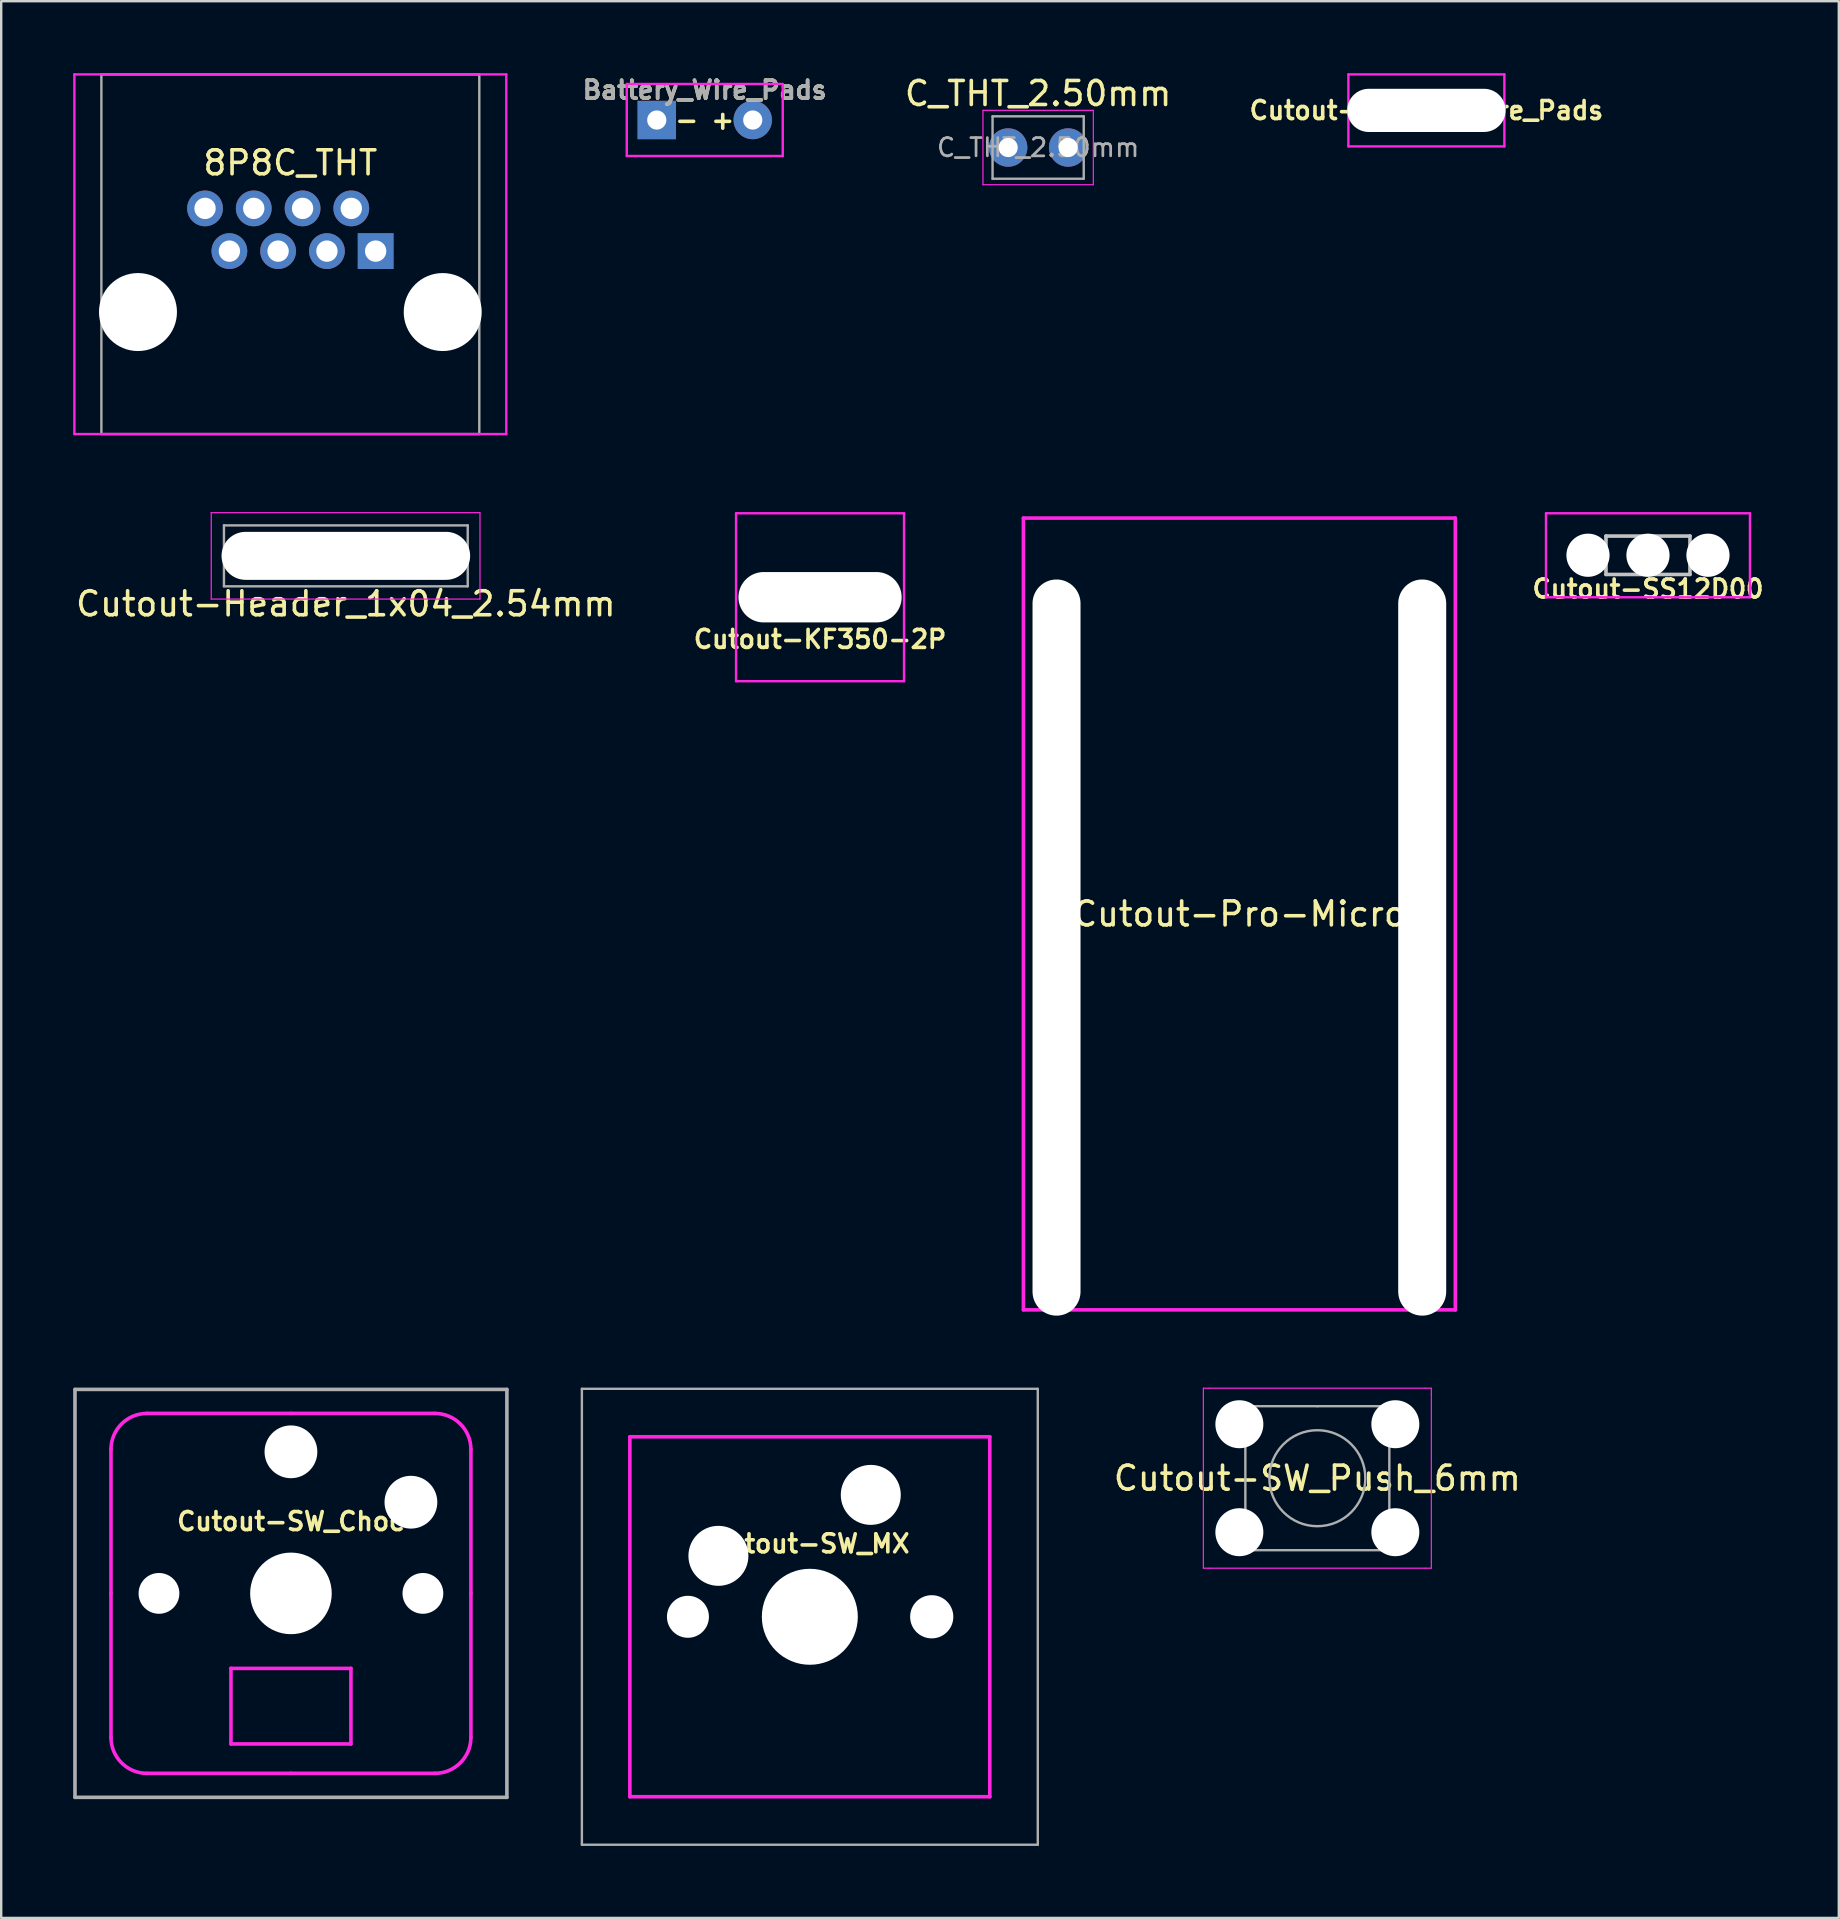
<source format=kicad_pcb>
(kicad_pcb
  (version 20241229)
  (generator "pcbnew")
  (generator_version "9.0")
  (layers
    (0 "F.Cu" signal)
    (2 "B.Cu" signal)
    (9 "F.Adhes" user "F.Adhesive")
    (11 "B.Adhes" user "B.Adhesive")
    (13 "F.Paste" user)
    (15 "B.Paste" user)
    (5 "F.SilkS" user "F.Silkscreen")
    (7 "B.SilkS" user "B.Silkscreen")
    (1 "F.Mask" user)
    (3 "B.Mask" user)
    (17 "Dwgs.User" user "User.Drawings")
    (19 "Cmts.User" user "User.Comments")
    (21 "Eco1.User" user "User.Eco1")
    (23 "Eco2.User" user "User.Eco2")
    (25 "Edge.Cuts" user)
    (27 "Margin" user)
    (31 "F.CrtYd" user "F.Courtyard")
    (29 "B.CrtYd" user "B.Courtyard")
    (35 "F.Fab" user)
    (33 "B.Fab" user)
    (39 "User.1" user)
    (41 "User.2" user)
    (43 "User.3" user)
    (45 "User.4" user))
  (footprint "Cutout-SW_MX"
    (layer "F.Cu")
    (at 30.7 64.33)
    (property "Reference" "Cutout-SW_MX" (at 0 -3.048 0) (layer "F.SilkS") (effects (font (size 0.75 0.75) (thickness 0.15))))
    (attr through_hole)
    (fp_line (start -0.5 4.7) (end 0 4.7) (stroke (width 0.15) (type solid)) (layer "Eco2.User"))
    (fp_line (start 0 4.2) (end 0 4.7) (stroke (width 0.15) (type solid)) (layer "Eco2.User"))
    (fp_line (start 0 4.7) (end 0 5.2) (stroke (width 0.15) (type solid)) (layer "Eco2.User"))
    (fp_line (start 0 4.7) (end 0.5 4.7) (stroke (width 0.15) (type solid)) (layer "Eco2.User"))
    (fp_line (start -7.5 -7.5) (end 7.5 -7.5) (stroke (width 0.15) (type solid)) (layer "F.CrtYd"))
    (fp_line (start -7.5 7.5) (end -7.5 -7.5) (stroke (width 0.15) (type solid)) (layer "F.CrtYd"))
    (fp_line (start 7.5 -7.5) (end 7.5 7.5) (stroke (width 0.15) (type solid)) (layer "F.CrtYd"))
    (fp_line (start 7.5 7.5) (end -7.5 7.5) (stroke (width 0.15) (type solid)) (layer "F.CrtYd"))
    (fp_line (start -9.5 -9.5) (end 9.5 -9.5) (stroke (width 0.1) (type solid)) (layer "F.Fab"))
    (fp_line (start -9.5 9.5) (end -9.5 -9.5) (stroke (width 0.1) (type solid)) (layer "F.Fab"))
    (fp_line (start -9.5 9.5) (end 9.5 9.5) (stroke (width 0.1) (type solid)) (layer "F.Fab"))
    (fp_line (start 9.5 9.5) (end 9.5 -9.5) (stroke (width 0.1) (type solid)) (layer "F.Fab"))
    (pad "" np_thru_hole circle (at -5.08 0) (size 1.75 1.75) (drill 1.75) (layers "*.Cu" "*.Mask"))
    (pad "" np_thru_hole circle (at -3.81 -2.54) (size 2.5 2.5) (drill 2.5) (layers "*.Cu" "*.Mask"))
    (pad "" np_thru_hole circle (at 0 0) (size 4 4) (drill 4) (layers "*.Cu" "*.Mask"))
    (pad "" np_thru_hole circle (at 2.54 -5.08) (size 2.5 2.5) (drill 2.5) (layers "*.Cu" "*.Mask"))
    (pad "" np_thru_hole circle (at 5.08 0) (size 1.8 1.8) (drill 1.8) (layers "*.Cu" "*.Mask")))
  (footprint "Cutout-KF350-2P"
    (layer "F.Cu")
    (at 31.126 21.84)
    (property "Reference" "Cutout-KF350-2P" (at 0 1.75 0) (layer "F.SilkS") (effects (font (size 0.75 0.75) (thickness 0.15))))
    (attr through_hole)
    (fp_line (start -3.5 -3.5) (end 3.5 -3.5) (stroke (width 0.1) (type solid)) (layer "F.CrtYd"))
    (fp_line (start -3.5 3.5) (end -3.5 -3.5) (stroke (width 0.1) (type solid)) (layer "F.CrtYd"))
    (fp_line (start 3.5 -3.5) (end 3.5 3.5) (stroke (width 0.1) (type solid)) (layer "F.CrtYd"))
    (fp_line (start 3.5 3.5) (end -3.5 3.5) (stroke (width 0.1) (type solid)) (layer "F.CrtYd"))
    (pad "" np_thru_hole oval (at 0 0) (size 6.8 2.1) (drill oval 6.8 2.1) (layers "*.Cu" "*.Mask")))
  (footprint "Cutout-SW_Push_6mm"
    (layer "F.Cu")
    (at 51.851 58.555)
    (property "Reference" "Cutout-SW_Push_6mm" (at 0 0 0) (layer "F.SilkS") (effects (font (size 1 1) (thickness 0.15))))
    (attr through_hole)
    (fp_line (start -4.75 -3.75) (end -4.5 -3.75) (stroke (width 0.05) (type solid)) (layer "F.CrtYd"))
    (fp_line (start -4.75 -3.5) (end -4.75 -3.75) (stroke (width 0.05) (type solid)) (layer "F.CrtYd"))
    (fp_line (start -4.75 3.5) (end -4.75 -3.5) (stroke (width 0.05) (type solid)) (layer "F.CrtYd"))
    (fp_line (start -4.75 3.5) (end -4.75 3.75) (stroke (width 0.05) (type solid)) (layer "F.CrtYd"))
    (fp_line (start -4.75 3.75) (end -4.5 3.75) (stroke (width 0.05) (type solid)) (layer "F.CrtYd"))
    (fp_line (start -4.5 -3.75) (end 4.5 -3.75) (stroke (width 0.05) (type solid)) (layer "F.CrtYd"))
    (fp_line (start 4.5 -3.75) (end 4.75 -3.75) (stroke (width 0.05) (type solid)) (layer "F.CrtYd"))
    (fp_line (start 4.5 3.75) (end -4.5 3.75) (stroke (width 0.05) (type solid)) (layer "F.CrtYd"))
    (fp_line (start 4.5 3.75) (end 4.75 3.75) (stroke (width 0.05) (type solid)) (layer "F.CrtYd"))
    (fp_line (start 4.75 -3.75) (end 4.75 -3.5) (stroke (width 0.05) (type solid)) (layer "F.CrtYd"))
    (fp_line (start 4.75 -3.5) (end 4.75 3.5) (stroke (width 0.05) (type solid)) (layer "F.CrtYd"))
    (fp_line (start 4.75 3.75) (end 4.75 3.5) (stroke (width 0.05) (type solid)) (layer "F.CrtYd"))
    (fp_line (start -3 -3) (end 0 -3) (stroke (width 0.1) (type solid)) (layer "F.Fab"))
    (fp_line (start -3 3) (end -3 -3) (stroke (width 0.1) (type solid)) (layer "F.Fab"))
    (fp_line (start 0 -3) (end 3 -3) (stroke (width 0.1) (type solid)) (layer "F.Fab"))
    (fp_line (start 3 -3) (end 3 3) (stroke (width 0.1) (type solid)) (layer "F.Fab"))
    (fp_line (start 3 3) (end -3 3) (stroke (width 0.1) (type solid)) (layer "F.Fab"))
    (fp_circle (center 0 0) (end 2 0) (stroke (width 0.1) (type solid)) (fill no) (layer "F.Fab"))
    (pad "" np_thru_hole circle (at -3.25 -2.25) (size 2 2) (drill 2) (layers "*.Cu" "*.Mask"))
    (pad "" np_thru_hole circle (at -3.25 2.25) (size 2 2) (drill 2) (layers "*.Cu" "*.Mask"))
    (pad "" np_thru_hole circle (at 3.25 -2.25) (size 2 2) (drill 2) (layers "*.Cu" "*.Mask"))
    (pad "" np_thru_hole circle (at 3.25 2.25) (size 2 2) (drill 2) (layers "*.Cu" "*.Mask")))
  (footprint "Cutout-Header_1x04_2.54mm"
    (layer "F.Cu")
    (at 11.363 20.115)
    (property "Reference" "Cutout-Header_1x04_2.54mm" (at 0 2 0) (layer "F.SilkS") (effects (font (size 1 1) (thickness 0.15))))
    (attr through_hole)
    (fp_line (start -5.61 -1.8) (end -5.61 1.8) (stroke (width 0.05) (type solid)) (layer "F.CrtYd"))
    (fp_line (start -5.61 1.8) (end 5.59 1.8) (stroke (width 0.05) (type solid)) (layer "F.CrtYd"))
    (fp_line (start 5.59 -1.8) (end -5.61 -1.8) (stroke (width 0.05) (type solid)) (layer "F.CrtYd"))
    (fp_line (start 5.59 1.8) (end 5.59 -1.8) (stroke (width 0.05) (type solid)) (layer "F.CrtYd"))
    (fp_line (start -5.08 -1.27) (end 5.08 -1.27) (stroke (width 0.1) (type solid)) (layer "F.Fab"))
    (fp_line (start -5.08 1.27) (end -5.08 -1.27) (stroke (width 0.1) (type solid)) (layer "F.Fab"))
    (fp_line (start 5.08 -1.27) (end 5.08 1.27) (stroke (width 0.1) (type solid)) (layer "F.Fab"))
    (fp_line (start 5.08 1.27) (end -5.08 1.27) (stroke (width 0.1) (type solid)) (layer "F.Fab"))
    (pad "" np_thru_hole oval (at 0 0) (size 10.36 2) (drill oval 10.36 2) (layers "*.Cu" "*.Mask")))
  (footprint "8P8C_THT"
    (layer "F.Cu")
    (at 9.05 15.04)
    (property "Reference" "8P8C_THT" (at 0 -11.303 0) (layer "F.SilkS") (effects (font (size 1 1) (thickness 0.15))))
    (attr through_hole)
    (fp_line (start -9 -14.99) (end -9 0) (stroke (width 0.1) (type solid)) (layer "F.CrtYd"))
    (fp_line (start -9 -14.99) (end 9 -14.99) (stroke (width 0.1) (type solid)) (layer "F.CrtYd"))
    (fp_line (start -9 0) (end 9 0) (stroke (width 0.1) (type solid)) (layer "F.CrtYd"))
    (fp_line (start 9 -14.99) (end 9 0) (stroke (width 0.1) (type solid)) (layer "F.CrtYd"))
    (fp_line (start -7.875 -14.99) (end -7.875 -0.004) (stroke (width 0.1) (type solid)) (layer "F.Fab"))
    (fp_line (start -7.875 0) (end 7.875 0) (stroke (width 0.1) (type solid)) (layer "F.Fab"))
    (fp_line (start 7.875 -14.99) (end -7.875 -14.99) (stroke (width 0.1) (type solid)) (layer "F.Fab"))
    (fp_line (start 7.875 -0.004) (end 7.875 -14.99) (stroke (width 0.1) (type solid)) (layer "F.Fab"))
    (pad "" np_thru_hole circle (at -6.35 -5.085) (size 3.25 3.25) (drill 3.25) (layers "*.Cu" "*.Mask"))
    (pad "" np_thru_hole circle (at 6.35 -5.085) (size 3.25 3.25) (drill 3.25) (layers "*.Cu" "*.Mask"))
    (pad "1" thru_hole rect (at 3.555 -7.625) (size 1.49 1.49) (drill 0.89) (layers "*.Cu" "*.Mask"))
    (pad "2" thru_hole circle (at 2.54 -9.405) (size 1.49 1.49) (drill 0.89) (layers "*.Cu" "*.Mask"))
    (pad "3" thru_hole circle (at 1.525 -7.625) (size 1.49 1.49) (drill 0.89) (layers "*.Cu" "*.Mask"))
    (pad "4" thru_hole circle (at 0.51 -9.405) (size 1.49 1.49) (drill 0.89) (layers "*.Cu" "*.Mask"))
    (pad "5" thru_hole circle (at -0.51 -7.625) (size 1.49 1.49) (drill 0.89) (layers "*.Cu" "*.Mask"))
    (pad "6" thru_hole circle (at -1.525 -9.405) (size 1.49 1.49) (drill 0.89) (layers "*.Cu" "*.Mask"))
    (pad "7" thru_hole circle (at -2.54 -7.625) (size 1.49 1.49) (drill 0.89) (layers "*.Cu" "*.Mask"))
    (pad "8" thru_hole circle (at -3.555 -9.405) (size 1.49 1.49) (drill 0.89) (layers "*.Cu" "*.Mask")))
  (footprint "C_THT_2.50mm"
    (layer "F.Cu")
    (at 40.215 3.098)
    (property "Reference" "C_THT_2.50mm" (at 0 -2.25 180) (layer "F.SilkS") (effects (font (size 1 1) (thickness 0.15))))
    (attr through_hole)
    (fp_line (start -2.3 -1.55) (end -2.3 1.55) (stroke (width 0.05) (type solid)) (layer "F.CrtYd"))
    (fp_line (start -2.3 1.55) (end 2.3 1.55) (stroke (width 0.05) (type solid)) (layer "F.CrtYd"))
    (fp_line (start 2.3 -1.55) (end -2.3 -1.55) (stroke (width 0.05) (type solid)) (layer "F.CrtYd"))
    (fp_line (start 2.3 1.55) (end 2.3 -1.55) (stroke (width 0.05) (type solid)) (layer "F.CrtYd"))
    (fp_line (start -1.9 -1.3) (end -1.9 1.3) (stroke (width 0.1) (type solid)) (layer "F.Fab"))
    (fp_line (start -1.9 1.3) (end 1.9 1.3) (stroke (width 0.1) (type solid)) (layer "F.Fab"))
    (fp_line (start 1.9 -1.3) (end -1.9 -1.3) (stroke (width 0.1) (type solid)) (layer "F.Fab"))
    (fp_line (start 1.9 1.3) (end 1.9 -1.3) (stroke (width 0.1) (type solid)) (layer "F.Fab"))
    (fp_text user "${REFERENCE}" (at 0 0 0) (layer "F.Fab") (effects (font (size 0.76 0.76) (thickness 0.114))))
    (pad "1" thru_hole circle (at -1.25 0) (size 1.6 1.6) (drill 0.8) (layers "*.Cu" "*.Mask"))
    (pad "2" thru_hole circle (at 1.25 0) (size 1.6 1.6) (drill 0.8) (layers "*.Cu" "*.Mask")))
  (footprint "Cutout-Pro-Micro"
    (layer "F.Cu")
    (at 48.601 18.54)
    (property "Reference" "Cutout-Pro-Micro" (at 0 16.5 0) (layer "F.SilkS") (effects (font (size 1 1) (thickness 0.15))))
    (attr through_hole)
    (fp_line (start -9 0) (end -9 33) (stroke (width 0.15) (type solid)) (layer "F.CrtYd"))
    (fp_line (start -9 0) (end 9 0) (stroke (width 0.15) (type solid)) (layer "F.CrtYd"))
    (fp_line (start -9 33) (end 9 33) (stroke (width 0.15) (type solid)) (layer "F.CrtYd"))
    (fp_line (start 9 0) (end 9 33) (stroke (width 0.15) (type solid)) (layer "F.CrtYd"))
    (pad "" np_thru_hole oval (at -7.62 17.9) (size 2 30.68) (drill oval 2 30.68) (layers "*.Cu" "*.Mask"))
    (pad "" np_thru_hole oval (at 7.62 17.9) (size 2 30.68) (drill oval 2 30.68) (layers "*.Cu" "*.Mask")))
  (footprint "Cutout-SW_Choc"
    (layer "F.Cu")
    (at 9.075 63.355)
    (property "Reference" "Cutout-SW_Choc" (at 0 -3 0) (layer "F.SilkS") (effects (font (size 0.75 0.75) (thickness 0.15))))
    (attr through_hole)
    (fp_line (start -0.5 4.7) (end 0 4.7) (stroke (width 0.15) (type solid)) (layer "Eco2.User"))
    (fp_line (start 0 4.2) (end 0 4.7) (stroke (width 0.15) (type solid)) (layer "Eco2.User"))
    (fp_line (start 0 4.7) (end 0 5.2) (stroke (width 0.15) (type solid)) (layer "Eco2.User"))
    (fp_line (start 0 4.7) (end 0.5 4.7) (stroke (width 0.15) (type solid)) (layer "Eco2.User"))
    (fp_line (start -7.5 0) (end -7.5 -6) (stroke (width 0.15) (type solid)) (layer "F.CrtYd"))
    (fp_line (start -7.5 0) (end -7.5 6) (stroke (width 0.15) (type solid)) (layer "F.CrtYd"))
    (fp_line (start -2.5 3.125) (end -2.5 6.275) (stroke (width 0.15) (type solid)) (layer "F.CrtYd"))
    (fp_line (start -2.5 3.125) (end 2.5 3.125) (stroke (width 0.15) (type solid)) (layer "F.CrtYd"))
    (fp_line (start 0 -7.5) (end -6 -7.5) (stroke (width 0.15) (type solid)) (layer "F.CrtYd"))
    (fp_line (start 0 -7.5) (end 6 -7.5) (stroke (width 0.15) (type solid)) (layer "F.CrtYd"))
    (fp_line (start 0 7.5) (end -6 7.5) (stroke (width 0.15) (type solid)) (layer "F.CrtYd"))
    (fp_line (start 0 7.5) (end 6 7.5) (stroke (width 0.15) (type solid)) (layer "F.CrtYd"))
    (fp_line (start 2.5 3.125) (end 2.5 6.275) (stroke (width 0.15) (type solid)) (layer "F.CrtYd"))
    (fp_line (start 2.5 6.275) (end -2.5 6.275) (stroke (width 0.15) (type solid)) (layer "F.CrtYd"))
    (fp_line (start 7.5 0) (end 7.5 -6) (stroke (width 0.15) (type solid)) (layer "F.CrtYd"))
    (fp_line (start 7.5 0) (end 7.5 6) (stroke (width 0.15) (type solid)) (layer "F.CrtYd"))
    (fp_arc (start -7.5 -6) (mid -7.06066 -7.06066) (end -6 -7.5) (stroke (width 0.15) (type solid)) (layer "F.CrtYd"))
    (fp_arc (start -6 7.5) (mid -7.06066 7.06066) (end -7.5 6) (stroke (width 0.15) (type solid)) (layer "F.CrtYd"))
    (fp_arc (start 6 -7.5) (mid 7.06066 -7.06066) (end 7.5 -6) (stroke (width 0.15) (type solid)) (layer "F.CrtYd"))
    (fp_arc (start 7.5 6) (mid 7.06066 7.06066) (end 6 7.5) (stroke (width 0.15) (type solid)) (layer "F.CrtYd"))
    (fp_line (start -9 -8.5) (end 9 -8.5) (stroke (width 0.15) (type solid)) (layer "F.Fab"))
    (fp_line (start -9 8.5) (end -9 -8.5) (stroke (width 0.15) (type solid)) (layer "F.Fab"))
    (fp_line (start 9 -8.5) (end 9 8.5) (stroke (width 0.15) (type solid)) (layer "F.Fab"))
    (fp_line (start 9 8.5) (end -9 8.5) (stroke (width 0.15) (type solid)) (layer "F.Fab"))
    (pad "" np_thru_hole circle (at -5.5 0 180) (size 1.7 1.7) (drill 1.7) (layers "*.Cu" "*.Mask"))
    (pad "" np_thru_hole circle (at 0 -5.9 180) (size 2.2 2.2) (drill 2.2) (layers "*.Cu" "*.Mask"))
    (pad "" np_thru_hole circle (at 0 0 180) (size 3.4 3.4) (drill 3.4) (layers "*.Cu" "*.Mask"))
    (pad "" np_thru_hole circle (at 5 -3.8 180) (size 2.2 2.2) (drill 2.2) (layers "*.Cu" "*.Mask"))
    (pad "" np_thru_hole circle (at 5.5 0 180) (size 1.7 1.7) (drill 1.7) (layers "*.Cu" "*.Mask")))
  (footprint "Cutout-Battery_Wire_Pads"
    (layer "F.Cu")
    (at 56.395 1.55)
    (property "Reference" "Cutout-Battery_Wire_Pads" (at 0 0 0) (layer "F.SilkS") (effects (font (size 0.75 0.75) (thickness 0.15))))
    (attr exclude_from_pos_files exclude_from_bom)
    (fp_line (start -3.25 -1.5) (end -3.25 1.5) (stroke (width 0.1) (type solid)) (layer "F.CrtYd"))
    (fp_line (start -3.25 -1.5) (end 3.25 -1.5) (stroke (width 0.1) (type solid)) (layer "F.CrtYd"))
    (fp_line (start 3.25 1.5) (end -3.25 1.5) (stroke (width 0.1) (type solid)) (layer "F.CrtYd"))
    (fp_line (start 3.25 1.5) (end 3.25 -1.5) (stroke (width 0.1) (type solid)) (layer "F.CrtYd"))
    (pad "" np_thru_hole oval (at 0 0) (size 6.6 1.8) (drill oval 6.6 1.8) (layers "*.Cu" "*.Mask")))
  (footprint "Battery_Wire_Pads"
    (layer "F.Cu")
    (at 26.321 1.952)
    (property "Reference" "Battery_Wire_Pads" (at 0 -1.25 0) (layer "F.SilkS") (effects (font (size 0.75 0.75) (thickness 0.15))))
    (attr exclude_from_pos_files exclude_from_bom)
    (fp_line (start -3.25 -1.5) (end -3.25 1.5) (stroke (width 0.1) (type solid)) (layer "F.CrtYd"))
    (fp_line (start -3.25 -1.5) (end 3.25 -1.5) (stroke (width 0.1) (type solid)) (layer "F.CrtYd"))
    (fp_line (start 3.25 1.5) (end -3.25 1.5) (stroke (width 0.1) (type solid)) (layer "F.CrtYd"))
    (fp_line (start 3.25 1.5) (end 3.25 -1.5) (stroke (width 0.1) (type solid)) (layer "F.CrtYd"))
    (fp_text user "-" (at -0.75 0 0) (layer "F.SilkS") (effects (font (size 0.75 0.75) (thickness 0.15))))
    (fp_text user "+" (at 0.75 0 0) (layer "F.SilkS") (effects (font (size 0.75 0.75) (thickness 0.15))))
    (fp_text user "${REFERENCE}" (at 0 -1.25 0) (layer "F.Fab") (effects (font (size 0.75 0.75) (thickness 0.15))))
    (pad "1" thru_hole rect (at -2 0) (size 1.6 1.6) (drill 0.8) (layers "*.Cu" "*.Mask"))
    (pad "2" thru_hole circle (at 2 0) (size 1.6 1.6) (drill 0.8) (layers "*.Cu" "*.Mask")))
  (footprint "Cutout-SS12D00"
    (layer "F.Cu")
    (at 65.63 20.09)
    (property "Reference" "Cutout-SS12D00" (at 0 1.4 0) (layer "F.SilkS") (effects (font (size 0.75 0.75) (thickness 0.15))))
    (attr through_hole)
    (fp_line (start -1.75 -0.8) (end -1.75 0.8) (stroke (width 0.15) (type solid)) (layer "Dwgs.User"))
    (fp_line (start -1.75 -0.8) (end 1.75 -0.8) (stroke (width 0.15) (type solid)) (layer "Dwgs.User"))
    (fp_line (start -1.75 0.8) (end 1.75 0.8) (stroke (width 0.15) (type solid)) (layer "Dwgs.User"))
    (fp_line (start 1.75 -0.8) (end 1.75 0.8) (stroke (width 0.15) (type solid)) (layer "Dwgs.User"))
    (fp_line (start -4.25 -1.75) (end -4.25 1.75) (stroke (width 0.1) (type solid)) (layer "F.CrtYd"))
    (fp_line (start -4.25 -1.75) (end 4.25 -1.75) (stroke (width 0.1) (type solid)) (layer "F.CrtYd"))
    (fp_line (start -4.25 1.75) (end 4.25 1.75) (stroke (width 0.1) (type solid)) (layer "F.CrtYd"))
    (fp_line (start 4.25 -1.75) (end 4.25 1.75) (stroke (width 0.1) (type solid)) (layer "F.CrtYd"))
    (pad "" np_thru_hole circle (at -2.5 0) (size 1.8 1.8) (drill 1.8) (layers "*.Cu" "*.Mask"))
    (pad "" np_thru_hole circle (at 0 0) (size 1.8 1.8) (drill 1.8) (layers "*.Cu" "*.Mask"))
    (pad "" np_thru_hole circle (at 2.5 0) (size 1.8 1.8) (drill 1.8) (layers "*.Cu" "*.Mask")))
  (gr_rect
    (start -3 -3)
    (end 73.583 76.88)
    (stroke (width 0.1) (type default))
    (fill no)
    (layer "Edge.Cuts")))
</source>
